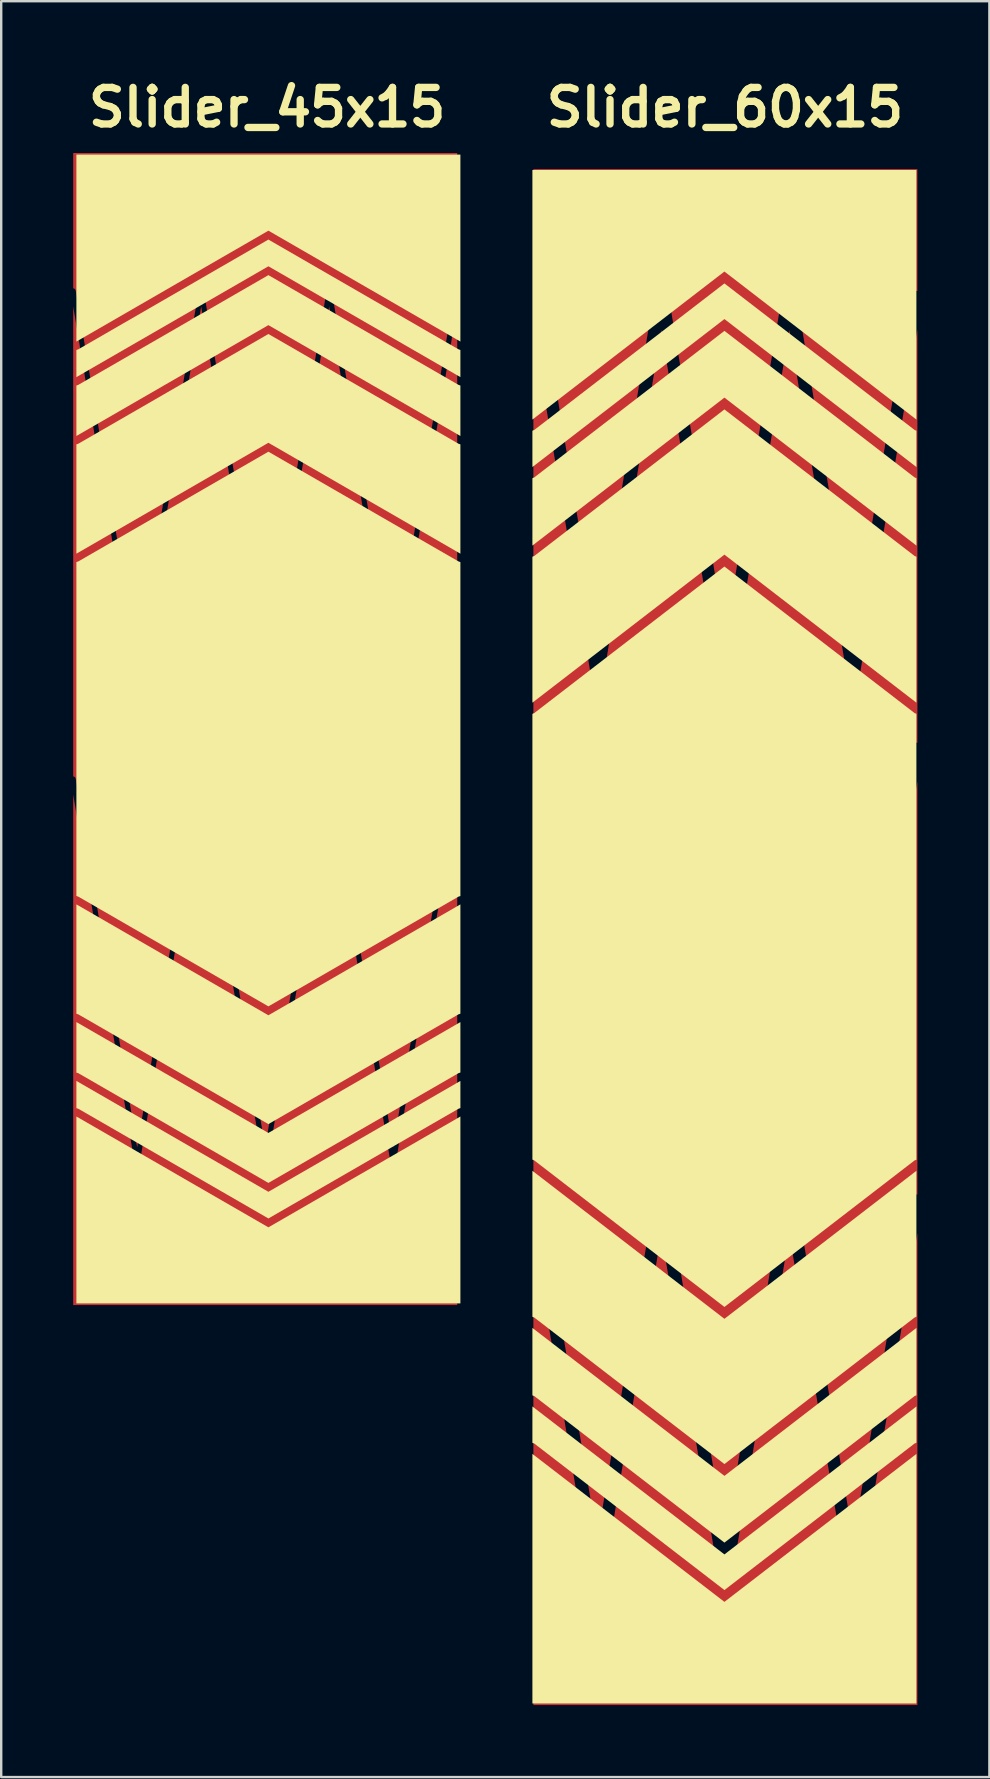
<source format=kicad_pcb>
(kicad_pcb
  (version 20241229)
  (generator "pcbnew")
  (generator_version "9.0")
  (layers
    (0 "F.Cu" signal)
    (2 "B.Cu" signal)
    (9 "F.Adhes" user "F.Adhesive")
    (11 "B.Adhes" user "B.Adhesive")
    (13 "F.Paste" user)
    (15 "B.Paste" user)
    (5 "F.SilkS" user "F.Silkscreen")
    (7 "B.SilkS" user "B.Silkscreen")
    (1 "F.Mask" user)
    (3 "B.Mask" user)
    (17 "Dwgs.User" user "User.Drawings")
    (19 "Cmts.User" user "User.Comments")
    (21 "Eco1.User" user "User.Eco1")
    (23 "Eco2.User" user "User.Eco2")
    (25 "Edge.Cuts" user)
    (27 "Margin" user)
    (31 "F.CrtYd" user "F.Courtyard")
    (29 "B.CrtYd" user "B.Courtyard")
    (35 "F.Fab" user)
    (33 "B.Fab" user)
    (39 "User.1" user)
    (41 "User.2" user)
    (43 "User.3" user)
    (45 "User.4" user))
  (footprint "Slider_60x15"
    (layer "F.Cu")
    (at 27.157 35.926)
    (property "Reference" "Slider_60x15" (at 0 -34.5 0) (layer "F.SilkS") (effects (font (size 1.524 1.524) (thickness 0.305))))
    (attr smd)
    (fp_poly (pts (xy 8.017 12.404) (xy 5.611 26.84) (xy 5.084 26.84) (xy 2.68 12.421) (xy 0.277 26.84) (xy -0.25 26.84) (xy -2.653 12.422) (xy -5.056 26.84) (xy -5.583 26.84) (xy -7.983 12.437) (xy -7.983 32.067) (xy 8.017 32.067) (xy 8.017 12.404)) (stroke (width 0) (type solid)) (fill yes) (layer "F.Cu"))
    (fp_poly (pts (xy -7.983 -31.933) (xy -7.983 -26.849) (xy -7.723 -26.892) (xy -5.321 -12.473) (xy -2.917 -26.892) (xy -2.653 -26.848) (xy -2.389 -26.892) (xy 0.012 -12.473) (xy 2.417 -26.892) (xy 2.68 -26.848) (xy 2.944 -26.892) (xy 5.346 -12.473) (xy 7.75 -26.892) (xy 8.017 -26.848) (xy 8.017 -31.933) (xy -7.983 -31.933)) (stroke (width 0) (type solid)) (fill yes) (layer "F.Cu"))
    (fp_poly (pts (xy 8.017 -25.241) (xy 5.611 -10.805) (xy 5.084 -10.805) (xy 2.68 -25.224) (xy 0.277 -10.805) (xy -0.25 -10.805) (xy -2.653 -25.222) (xy -5.056 -10.805) (xy -5.583 -10.805) (xy -7.983 -25.207) (xy -7.983 -8.027) (xy -7.723 -8.07) (xy -5.321 6.349) (xy -2.917 -8.07) (xy -2.653 -8.026) (xy -2.389 -8.07) (xy 0.012 6.349) (xy 2.417 -8.07) (xy 2.68 -8.026) (xy 2.944 -8.07) (xy 5.346 6.349) (xy 7.75 -8.07) (xy 8.017 -8.026) (xy 8.017 -25.241)) (stroke (width 0) (type solid)) (fill yes) (layer "F.Cu"))
    (fp_poly (pts (xy 8.017 -6.418) (xy 5.611 8.018) (xy 5.084 8.018) (xy 2.68 -6.402) (xy 0.277 8.018) (xy -0.25 8.018) (xy -2.653 -6.4) (xy -5.056 8.018) (xy -5.583 8.018) (xy -7.983 -6.385) (xy -7.983 10.796) (xy -7.723 10.753) (xy -5.321 25.171) (xy -2.917 10.753) (xy -2.653 10.796) (xy -2.389 10.753) (xy 0.012 25.171) (xy 2.417 10.753) (xy 2.68 10.796) (xy 2.944 10.753) (xy 5.346 25.171) (xy 7.75 10.753) (xy 8.017 10.797) (xy 8.017 -6.418)) (stroke (width 0) (type solid)) (fill yes) (layer "F.Cu"))
    (fp_poly (pts (xy -8.024 -31.892) (xy -8.024 -21.494) (xy -0.023 -27.662) (xy 7.976 -21.494) (xy 7.976 -31.892) (xy -8.024 -31.892)) (stroke (width 0) (type solid)) (fill yes) (layer "F.SilkS"))
    (fp_poly (pts (xy -8.024 21.603) (xy -8.024 32.001) (xy 7.976 32.001) (xy 7.976 21.603) (xy -0.023 27.768) (xy -8.024 21.603)) (stroke (width 0) (type solid)) (fill yes) (layer "F.SilkS"))
    (fp_poly (pts (xy -8.024 9.807) (xy -8.024 15.891) (xy -7.944 15.922) (xy -0.023 22.026) (xy 7.898 15.922) (xy 7.976 15.886) (xy 7.976 9.807) (xy -0.023 15.974) (xy -8.024 9.807) (xy -8.024 9.807)) (stroke (width 0) (type solid)) (fill yes) (layer "F.SilkS"))
    (fp_poly (pts (xy -8.024 16.353) (xy -8.024 19.165) (xy -7.944 19.195) (xy -0.023 25.299) (xy 7.898 19.195) (xy 7.976 19.159) (xy 7.976 16.353) (xy -0.023 22.518) (xy -8.024 16.353) (xy -8.024 16.353)) (stroke (width 0) (type solid)) (fill yes) (layer "F.SilkS"))
    (fp_poly (pts (xy -0.023 -27.167) (xy -7.944 -21.063) (xy -8.024 -21.028) (xy -8.024 -19.517) (xy -0.023 -25.682) (xy 7.976 -19.517) (xy 7.976 -21.028) (xy 7.898 -21.063) (xy -0.023 -27.167) (xy -0.023 -27.167)) (stroke (width 0) (type solid)) (fill yes) (layer "F.SilkS"))
    (fp_poly (pts (xy -0.023 -25.19) (xy -7.944 -19.086) (xy -8.024 -19.051) (xy -8.024 -16.244) (xy -0.023 -22.409) (xy 7.976 -16.244) (xy 7.976 -19.051) (xy 7.898 -19.086) (xy -0.023 -25.19) (xy -0.023 -25.19)) (stroke (width 0) (type solid)) (fill yes) (layer "F.SilkS"))
    (fp_poly (pts (xy -0.023 -21.917) (xy -7.944 -15.813) (xy -8.024 -15.778) (xy -8.024 -9.698) (xy -0.023 -15.866) (xy 7.976 -9.698) (xy 7.976 -15.778) (xy 7.898 -15.813) (xy -0.023 -21.917) (xy -0.023 -21.917)) (stroke (width 0) (type solid)) (fill yes) (layer "F.SilkS"))
    (fp_poly (pts (xy -8.024 19.626) (xy -8.024 21.142) (xy -8.019 21.142) (xy -7.944 21.172) (xy -0.023 27.276) (xy 7.897 21.172) (xy 7.976 21.137) (xy 7.976 19.626) (xy -0.023 25.791) (xy -8.024 19.626) (xy -8.024 19.626)) (stroke (width 0) (type solid)) (fill yes) (layer "F.SilkS"))
    (fp_poly (pts (xy -0.023 -15.371) (xy -7.944 -9.267) (xy -8.024 -9.231) (xy -8.024 9.34) (xy -7.944 9.376) (xy -0.023 15.48) (xy 7.898 9.376) (xy 7.976 9.345) (xy 7.976 -9.231) (xy 7.898 -9.267) (xy -0.023 -15.371) (xy -0.023 -15.371)) (stroke (width 0) (type solid)) (fill yes) (layer "F.SilkS"))
    (pad "1" smd circle (at -7 -31) (size 1 1) (layers "F.Cu"))
    (pad "2" smd circle (at -7 -9) (size 1 1) (layers "F.Cu"))
    (pad "3" smd circle (at -7 10) (size 1 1) (layers "F.Cu"))
    (pad "4" smd circle (at -7 31) (size 1 1) (layers "F.Cu")))
  (footprint "Slider_45x15"
    (layer "F.Cu")
    (at 8.08 27.176)
    (property "Reference" "Slider_45x15" (at 0 -25.75 0) (layer "F.SilkS") (effects (font (size 1.524 1.524) (thickness 0.305))))
    (attr smd)
    (fp_poly (pts (xy 7.92 2.871) (xy 5.358 18.247) (xy 5.321 18.311) (xy 5.252 18.336) (xy 5.183 18.311) (xy 5.147 18.247) (xy 2.586 2.878) (xy 0.024 18.247) (xy -0.012 18.311) (xy -0.081 18.336) (xy -0.15 18.311) (xy -0.187 18.247) (xy -2.748 2.878) (xy -5.31 18.247) (xy -5.346 18.31) (xy -5.415 18.334) (xy -5.483 18.31) (xy -5.52 18.247) (xy -8.08 2.881) (xy -8.08 24.15) (xy 7.92 24.15) (xy 7.92 2.871)) (stroke (width 0) (type solid)) (fill yes) (layer "F.Cu"))
    (fp_poly (pts (xy -8.08 -23.85) (xy -8.08 -18.216) (xy -8.011 -18.19) (xy -7.976 -18.124) (xy -5.415 -2.756) (xy -2.854 -18.121) (xy -2.85 -18.14) (xy -2.85 -18.141) (xy -2.849 -18.145) (xy -2.749 -18.22) (xy -2.672 -18.189) (xy -2.641 -18.112) (xy -0.082 -2.756) (xy 2.479 -18.116) (xy 2.481 -18.13) (xy 2.483 -18.136) (xy 2.484 -18.141) (xy 2.488 -18.152) (xy 2.535 -18.206) (xy 2.607 -18.217) (xy 2.669 -18.18) (xy 2.693 -18.112) (xy 2.693 -18.111) (xy 5.251 -2.756) (xy 7.814 -18.124) (xy 7.847 -18.195) (xy 7.92 -18.224) (xy 7.92 -23.85) (xy -8.08 -23.85) (xy -8.08 -23.85)) (stroke (width 0) (type solid)) (fill yes) (layer "F.Cu"))
    (fp_poly (pts (xy 7.92 -17.466) (xy 5.358 -2.091) (xy 5.321 -2.027) (xy 5.252 -2.002) (xy 5.183 -2.027) (xy 5.147 -2.091) (xy 2.586 -17.46) (xy 0.024 -2.091) (xy -0.012 -2.027) (xy -0.081 -2.002) (xy -0.15 -2.027) (xy -0.187 -2.091) (xy -2.748 -17.46) (xy -5.31 -2.091) (xy -5.346 -2.028) (xy -5.415 -2.003) (xy -5.483 -2.028) (xy -5.52 -2.091) (xy -8.08 -17.456) (xy -8.08 2.121) (xy -8.011 2.148) (xy -7.976 2.213) (xy -5.415 17.582) (xy -2.854 2.217) (xy -2.85 2.197) (xy -2.85 2.197) (xy -2.849 2.193) (xy -2.749 2.117) (xy -2.672 2.148) (xy -2.641 2.225) (xy -0.082 17.582) (xy 2.479 2.222) (xy 2.481 2.208) (xy 2.483 2.201) (xy 2.484 2.197) (xy 2.488 2.186) (xy 2.535 2.133) (xy 2.607 2.122) (xy 2.669 2.158) (xy 2.693 2.226) (xy 2.693 2.227) (xy 5.251 17.582) (xy 7.814 2.213) (xy 7.848 2.143) (xy 7.92 2.115) (xy 7.92 -17.466) (xy 7.92 -17.466)) (stroke (width 0) (type solid)) (fill yes) (layer "F.Cu"))
    (fp_poly (pts (xy -7.947 -23.784) (xy -7.947 -15.994) (xy 0.053 -20.615) (xy 8.053 -15.994) (xy 8.053 -23.784) (xy -7.947 -23.784)) (stroke (width 0) (type solid)) (fill yes) (layer "F.SilkS"))
    (fp_poly (pts (xy -7.947 16.294) (xy -7.947 24.083) (xy 8.053 24.083) (xy 8.053 16.294) (xy 0.053 20.912) (xy -7.947 16.294)) (stroke (width 0) (type solid)) (fill yes) (layer "F.SilkS"))
    (fp_poly (pts (xy -7.947 7.456) (xy -7.947 12.014) (xy -7.868 12.038) (xy 0.053 16.611) (xy 7.974 12.038) (xy 8.053 12.011) (xy 8.053 7.456) (xy 0.053 12.077) (xy -7.947 7.456)) (stroke (width 0) (type solid)) (fill yes) (layer "F.SilkS"))
    (fp_poly (pts (xy -7.947 12.36) (xy -7.947 14.467) (xy -7.868 14.489) (xy 0.053 19.062) (xy 7.974 14.489) (xy 8.053 14.462) (xy 8.053 12.36) (xy 0.053 16.979) (xy -7.947 12.36)) (stroke (width 0) (type solid)) (fill yes) (layer "F.SilkS"))
    (fp_poly (pts (xy 0.053 -20.244) (xy -7.868 -15.671) (xy -7.947 -15.644) (xy -7.947 -14.513) (xy 0.053 -19.131) (xy 8.053 -14.513) (xy 8.053 -15.644) (xy 7.974 -15.671) (xy 0.053 -20.244)) (stroke (width 0) (type solid)) (fill yes) (layer "F.SilkS"))
    (fp_poly (pts (xy 0.053 -18.763) (xy -7.868 -14.19) (xy -7.947 -14.163) (xy -7.947 -12.06) (xy 0.053 -16.679) (xy 8.053 -12.06) (xy 8.053 -14.163) (xy 7.974 -14.19) (xy 0.053 -18.763)) (stroke (width 0) (type solid)) (fill yes) (layer "F.SilkS"))
    (fp_poly (pts (xy 0.053 -16.31) (xy -7.868 -11.737) (xy -7.947 -11.711) (xy -7.947 -7.156) (xy 0.053 -11.777) (xy 8.053 -7.156) (xy 8.053 -11.711) (xy 7.974 -11.737) (xy 0.053 -16.31)) (stroke (width 0) (type solid)) (fill yes) (layer "F.SilkS"))
    (fp_poly (pts (xy -7.947 14.812) (xy -7.947 15.948) (xy -7.943 15.948) (xy -7.868 15.971) (xy 0.053 20.543) (xy 7.974 15.971) (xy 8.053 15.944) (xy 8.053 14.812) (xy 0.053 19.431) (xy -7.947 14.812)) (stroke (width 0) (type solid)) (fill yes) (layer "F.SilkS"))
    (fp_poly (pts (xy 0.053 -11.406) (xy -7.868 -6.833) (xy -7.947 -6.807) (xy -7.947 7.106) (xy -7.868 7.133) (xy 0.053 11.706) (xy 7.974 7.133) (xy 8.053 7.11) (xy 8.053 -6.807) (xy 7.974 -6.833) (xy 0.053 -11.406)) (stroke (width 0) (type solid)) (fill yes) (layer "F.SilkS"))
    (pad "1" smd circle (at -7 -22.75) (size 1 1) (layers "F.Cu"))
    (pad "2" smd circle (at -7.25 0) (size 1 1) (layers "F.Cu"))
    (pad "3" smd circle (at -7.25 23.25) (size 1 1) (layers "F.Cu")))
  (gr_rect
    (start -3 -3)
    (end 38.174 70.993)
    (stroke (width 0.1) (type default))
    (fill no)
    (layer "Edge.Cuts")))
</source>
